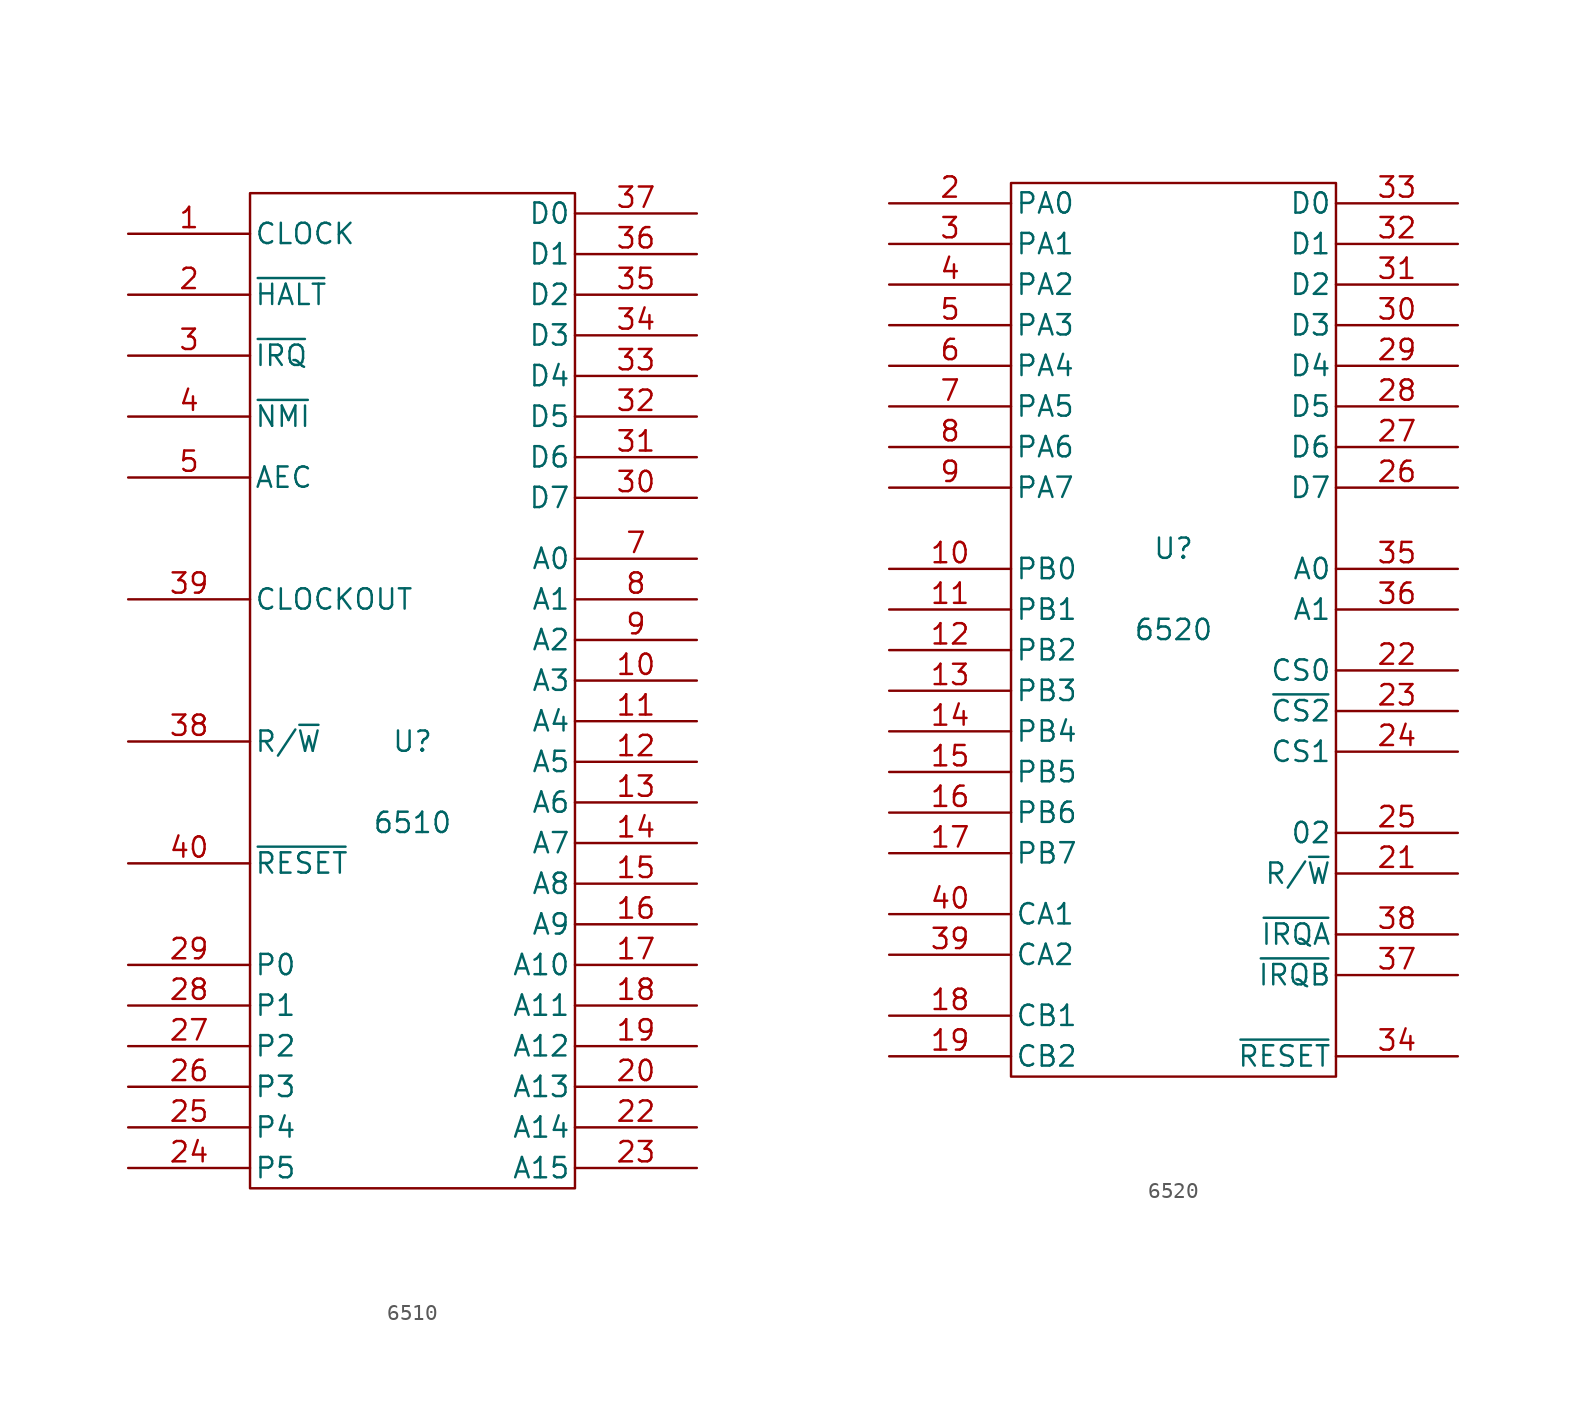
<source format=kicad_sym>
(kicad_symbol_lib
  (version 20211014)
  (generator kicad_symbol_editor)
  (symbol "6510"
    (pin_names
      (offset 0.254))
    (property "Reference" "U"
      (at 0 -15.24 0)
      (effects (font (size 1.27 1.27))))
    (property "Value" "6510"
      (at 0 -20.32 0)
      (effects (font (size 1.27 1.27))))
    (property "Footprint" ""
      (at 0 0 0)
      (effects (font (size 1.27 1.27))))
    (property "Datasheet" ""
      (at 0 0 0)
      (effects (font (size 1.27 1.27))))
    (symbol "6510_0_0"
      (pin power_in line (at 0 -43.18 90) (length 1.27) hide (name "GND" (effects (font (size 1.27 1.27)))) (number "21" (effects (font (size 1.27 1.27)))))
      (pin power_in line (at 0 20.32 270) (length 1.27) hide (name "Vcc" (effects (font (size 1.27 1.27)))) (number "6" (effects (font (size 1.27 1.27))))))
    (symbol "6510_0_1"
      (rectangle (start -10.16 19.05) (end 10.16 -43.18) (stroke (width 0) (type default) (color 0 0 0 0)) (fill (type none))))
    (symbol "6510_1_1"
      (pin input line (at -17.78 16.51 0) (length 7.62) (name "CLOCK" (effects (font (size 1.27 1.27)))) (number "1" (effects (font (size 1.27 1.27)))))
      (pin output line (at 17.78 -11.43 180) (length 7.62) (name "A3" (effects (font (size 1.27 1.27)))) (number "10" (effects (font (size 1.27 1.27)))))
      (pin output line (at 17.78 -13.97 180) (length 7.62) (name "A4" (effects (font (size 1.27 1.27)))) (number "11" (effects (font (size 1.27 1.27)))))
      (pin output line (at 17.78 -16.51 180) (length 7.62) (name "A5" (effects (font (size 1.27 1.27)))) (number "12" (effects (font (size 1.27 1.27)))))
      (pin output line (at 17.78 -19.05 180) (length 7.62) (name "A6" (effects (font (size 1.27 1.27)))) (number "13" (effects (font (size 1.27 1.27)))))
      (pin output line (at 17.78 -21.59 180) (length 7.62) (name "A7" (effects (font (size 1.27 1.27)))) (number "14" (effects (font (size 1.27 1.27)))))
      (pin output line (at 17.78 -24.13 180) (length 7.62) (name "A8" (effects (font (size 1.27 1.27)))) (number "15" (effects (font (size 1.27 1.27)))))
      (pin output line (at 17.78 -26.67 180) (length 7.62) (name "A9" (effects (font (size 1.27 1.27)))) (number "16" (effects (font (size 1.27 1.27)))))
      (pin input line (at 17.78 -29.21 180) (length 7.62) (name "A10" (effects (font (size 1.27 1.27)))) (number "17" (effects (font (size 1.27 1.27)))))
      (pin output line (at 17.78 -31.75 180) (length 7.62) (name "A11" (effects (font (size 1.27 1.27)))) (number "18" (effects (font (size 1.27 1.27)))))
      (pin output line (at 17.78 -34.29 180) (length 7.62) (name "A12" (effects (font (size 1.27 1.27)))) (number "19" (effects (font (size 1.27 1.27)))))
      (pin input line (at -17.78 12.7 0) (length 7.62) (name "~{HALT}" (effects (font (size 1.27 1.27)))) (number "2" (effects (font (size 1.27 1.27)))))
      (pin output line (at 17.78 -36.83 180) (length 7.62) (name "A13" (effects (font (size 1.27 1.27)))) (number "20" (effects (font (size 1.27 1.27)))))
      (pin output line (at 17.78 -39.37 180) (length 7.62) (name "A14" (effects (font (size 1.27 1.27)))) (number "22" (effects (font (size 1.27 1.27)))))
      (pin output line (at 17.78 -41.91 180) (length 7.62) (name "A15" (effects (font (size 1.27 1.27)))) (number "23" (effects (font (size 1.27 1.27)))))
      (pin bidirectional line (at -17.78 -41.91 0) (length 7.62) (name "P5" (effects (font (size 1.27 1.27)))) (number "24" (effects (font (size 1.27 1.27)))))
      (pin bidirectional line (at -17.78 -39.37 0) (length 7.62) (name "P4" (effects (font (size 1.27 1.27)))) (number "25" (effects (font (size 1.27 1.27)))))
      (pin bidirectional line (at -17.78 -36.83 0) (length 7.62) (name "P3" (effects (font (size 1.27 1.27)))) (number "26" (effects (font (size 1.27 1.27)))))
      (pin bidirectional line (at -17.78 -34.29 0) (length 7.62) (name "P2" (effects (font (size 1.27 1.27)))) (number "27" (effects (font (size 1.27 1.27)))))
      (pin bidirectional line (at -17.78 -31.75 0) (length 7.62) (name "P1" (effects (font (size 1.27 1.27)))) (number "28" (effects (font (size 1.27 1.27)))))
      (pin bidirectional line (at -17.78 -29.21 0) (length 7.62) (name "P0" (effects (font (size 1.27 1.27)))) (number "29" (effects (font (size 1.27 1.27)))))
      (pin input line (at -17.78 8.89 0) (length 7.62) (name "~{IRQ}" (effects (font (size 1.27 1.27)))) (number "3" (effects (font (size 1.27 1.27)))))
      (pin bidirectional line (at 17.78 0 180) (length 7.62) (name "D7" (effects (font (size 1.27 1.27)))) (number "30" (effects (font (size 1.27 1.27)))))
      (pin bidirectional line (at 17.78 2.54 180) (length 7.62) (name "D6" (effects (font (size 1.27 1.27)))) (number "31" (effects (font (size 1.27 1.27)))))
      (pin bidirectional line (at 17.78 5.08 180) (length 7.62) (name "D5" (effects (font (size 1.27 1.27)))) (number "32" (effects (font (size 1.27 1.27)))))
      (pin bidirectional line (at 17.78 7.62 180) (length 7.62) (name "D4" (effects (font (size 1.27 1.27)))) (number "33" (effects (font (size 1.27 1.27)))))
      (pin bidirectional line (at 17.78 10.16 180) (length 7.62) (name "D3" (effects (font (size 1.27 1.27)))) (number "34" (effects (font (size 1.27 1.27)))))
      (pin bidirectional line (at 17.78 12.7 180) (length 7.62) (name "D2" (effects (font (size 1.27 1.27)))) (number "35" (effects (font (size 1.27 1.27)))))
      (pin bidirectional line (at 17.78 15.24 180) (length 7.62) (name "D1" (effects (font (size 1.27 1.27)))) (number "36" (effects (font (size 1.27 1.27)))))
      (pin bidirectional line (at 17.78 17.78 180) (length 7.62) (name "D0" (effects (font (size 1.27 1.27)))) (number "37" (effects (font (size 1.27 1.27)))))
      (pin input line (at -17.78 -15.24 0) (length 7.62) (name "R/~{W}" (effects (font (size 1.27 1.27)))) (number "38" (effects (font (size 1.27 1.27)))))
      (pin output line (at -17.78 -6.35 0) (length 7.62) (name "CLOCKOUT" (effects (font (size 1.27 1.27)))) (number "39" (effects (font (size 1.27 1.27)))))
      (pin input line (at -17.78 5.08 0) (length 7.62) (name "~{NMI}" (effects (font (size 1.27 1.27)))) (number "4" (effects (font (size 1.27 1.27)))))
      (pin input line (at -17.78 -22.86 0) (length 7.62) (name "~{RESET}" (effects (font (size 1.27 1.27)))) (number "40" (effects (font (size 1.27 1.27)))))
      (pin output line (at -17.78 1.27 0) (length 7.62) (name "AEC" (effects (font (size 1.27 1.27)))) (number "5" (effects (font (size 1.27 1.27)))))
      (pin output line (at 17.78 -3.81 180) (length 7.62) (name "A0" (effects (font (size 1.27 1.27)))) (number "7" (effects (font (size 1.27 1.27)))))
      (pin output line (at 17.78 -6.35 180) (length 7.62) (name "A1" (effects (font (size 1.27 1.27)))) (number "8" (effects (font (size 1.27 1.27)))))
      (pin output line (at 17.78 -8.89 180) (length 7.62) (name "A2" (effects (font (size 1.27 1.27)))) (number "9" (effects (font (size 1.27 1.27)))))))
  (symbol "6520"
    (pin_names
      (offset 0.254))
    (property "Reference" "U"
      (at 0 -3.81 0)
      (effects (font (size 1.27 1.27))))
    (property "Value" "6520"
      (at 0 -8.89 0)
      (effects (font (size 1.27 1.27))))
    (property "Footprint" ""
      (at 0 0 0)
      (effects (font (size 1.27 1.27))))
    (property "Datasheet" ""
      (at 0 0 0)
      (effects (font (size 1.27 1.27))))
    (symbol "6520_0_0"
      (pin power_in line (at 0 -36.83 90) (length 1.27) hide (name "GND" (effects (font (size 1.27 1.27)))) (number "1" (effects (font (size 1.27 1.27)))))
      (pin power_in line (at 0 20.32 270) (length 1.27) hide (name "Vcc" (effects (font (size 1.27 1.27)))) (number "20" (effects (font (size 1.27 1.27))))))
    (symbol "6520_0_1"
      (rectangle (start -10.16 19.05) (end 10.16 -36.83) (stroke (width 0) (type default) (color 0 0 0 0)) (fill (type none))))
    (symbol "6520_1_1"
      (pin bidirectional line (at -17.78 -5.08 0) (length 7.62) (name "PB0" (effects (font (size 1.27 1.27)))) (number "10" (effects (font (size 1.27 1.27)))))
      (pin bidirectional line (at -17.78 -7.62 0) (length 7.62) (name "PB1" (effects (font (size 1.27 1.27)))) (number "11" (effects (font (size 1.27 1.27)))))
      (pin bidirectional line (at -17.78 -10.16 0) (length 7.62) (name "PB2" (effects (font (size 1.27 1.27)))) (number "12" (effects (font (size 1.27 1.27)))))
      (pin bidirectional line (at -17.78 -12.7 0) (length 7.62) (name "PB3" (effects (font (size 1.27 1.27)))) (number "13" (effects (font (size 1.27 1.27)))))
      (pin bidirectional line (at -17.78 -15.24 0) (length 7.62) (name "PB4" (effects (font (size 1.27 1.27)))) (number "14" (effects (font (size 1.27 1.27)))))
      (pin bidirectional line (at -17.78 -17.78 0) (length 7.62) (name "PB5" (effects (font (size 1.27 1.27)))) (number "15" (effects (font (size 1.27 1.27)))))
      (pin bidirectional line (at -17.78 -20.32 0) (length 7.62) (name "PB6" (effects (font (size 1.27 1.27)))) (number "16" (effects (font (size 1.27 1.27)))))
      (pin bidirectional line (at -17.78 -22.86 0) (length 7.62) (name "PB7" (effects (font (size 1.27 1.27)))) (number "17" (effects (font (size 1.27 1.27)))))
      (pin bidirectional line (at -17.78 -33.02 0) (length 7.62) (name "CB1" (effects (font (size 1.27 1.27)))) (number "18" (effects (font (size 1.27 1.27)))))
      (pin bidirectional line (at -17.78 -35.56 0) (length 7.62) (name "CB2" (effects (font (size 1.27 1.27)))) (number "19" (effects (font (size 1.27 1.27)))))
      (pin bidirectional line (at -17.78 17.78 0) (length 7.62) (name "PA0" (effects (font (size 1.27 1.27)))) (number "2" (effects (font (size 1.27 1.27)))))
      (pin input line (at 17.78 -24.13 180) (length 7.62) (name "R/~{W}" (effects (font (size 1.27 1.27)))) (number "21" (effects (font (size 1.27 1.27)))))
      (pin input line (at 17.78 -11.43 180) (length 7.62) (name "CS0" (effects (font (size 1.27 1.27)))) (number "22" (effects (font (size 1.27 1.27)))))
      (pin input line (at 17.78 -13.97 180) (length 7.62) (name "~{CS2}" (effects (font (size 1.27 1.27)))) (number "23" (effects (font (size 1.27 1.27)))))
      (pin input line (at 17.78 -16.51 180) (length 7.62) (name "CS1" (effects (font (size 1.27 1.27)))) (number "24" (effects (font (size 1.27 1.27)))))
      (pin input line (at 17.78 -21.59 180) (length 7.62) (name "02" (effects (font (size 1.27 1.27)))) (number "25" (effects (font (size 1.27 1.27)))))
      (pin tri_state line (at 17.78 0 180) (length 7.62) (name "D7" (effects (font (size 1.27 1.27)))) (number "26" (effects (font (size 1.27 1.27)))))
      (pin tri_state line (at 17.78 2.54 180) (length 7.62) (name "D6" (effects (font (size 1.27 1.27)))) (number "27" (effects (font (size 1.27 1.27)))))
      (pin output line (at 17.78 5.08 180) (length 7.62) (name "D5" (effects (font (size 1.27 1.27)))) (number "28" (effects (font (size 1.27 1.27)))))
      (pin output line (at 17.78 7.62 180) (length 7.62) (name "D4" (effects (font (size 1.27 1.27)))) (number "29" (effects (font (size 1.27 1.27)))))
      (pin bidirectional line (at -17.78 15.24 0) (length 7.62) (name "PA1" (effects (font (size 1.27 1.27)))) (number "3" (effects (font (size 1.27 1.27)))))
      (pin output line (at 17.78 10.16 180) (length 7.62) (name "D3" (effects (font (size 1.27 1.27)))) (number "30" (effects (font (size 1.27 1.27)))))
      (pin output line (at 17.78 12.7 180) (length 7.62) (name "D2" (effects (font (size 1.27 1.27)))) (number "31" (effects (font (size 1.27 1.27)))))
      (pin output line (at 17.78 15.24 180) (length 7.62) (name "D1" (effects (font (size 1.27 1.27)))) (number "32" (effects (font (size 1.27 1.27)))))
      (pin output line (at 17.78 17.78 180) (length 7.62) (name "D0" (effects (font (size 1.27 1.27)))) (number "33" (effects (font (size 1.27 1.27)))))
      (pin input line (at 17.78 -35.56 180) (length 7.62) (name "~{RESET}" (effects (font (size 1.27 1.27)))) (number "34" (effects (font (size 1.27 1.27)))))
      (pin input line (at 17.78 -5.08 180) (length 7.62) (name "A0" (effects (font (size 1.27 1.27)))) (number "35" (effects (font (size 1.27 1.27)))))
      (pin input line (at 17.78 -7.62 180) (length 7.62) (name "A1" (effects (font (size 1.27 1.27)))) (number "36" (effects (font (size 1.27 1.27)))))
      (pin input line (at 17.78 -30.48 180) (length 7.62) (name "~{IRQB}" (effects (font (size 1.27 1.27)))) (number "37" (effects (font (size 1.27 1.27)))))
      (pin input line (at 17.78 -27.94 180) (length 7.62) (name "~{IRQA}" (effects (font (size 1.27 1.27)))) (number "38" (effects (font (size 1.27 1.27)))))
      (pin bidirectional line (at -17.78 -29.21 0) (length 7.62) (name "CA2" (effects (font (size 1.27 1.27)))) (number "39" (effects (font (size 1.27 1.27)))))
      (pin bidirectional line (at -17.78 12.7 0) (length 7.62) (name "PA2" (effects (font (size 1.27 1.27)))) (number "4" (effects (font (size 1.27 1.27)))))
      (pin bidirectional line (at -17.78 -26.67 0) (length 7.62) (name "CA1" (effects (font (size 1.27 1.27)))) (number "40" (effects (font (size 1.27 1.27)))))
      (pin bidirectional line (at -17.78 10.16 0) (length 7.62) (name "PA3" (effects (font (size 1.27 1.27)))) (number "5" (effects (font (size 1.27 1.27)))))
      (pin bidirectional line (at -17.78 7.62 0) (length 7.62) (name "PA4" (effects (font (size 1.27 1.27)))) (number "6" (effects (font (size 1.27 1.27)))))
      (pin bidirectional line (at -17.78 5.08 0) (length 7.62) (name "PA5" (effects (font (size 1.27 1.27)))) (number "7" (effects (font (size 1.27 1.27)))))
      (pin bidirectional line (at -17.78 2.54 0) (length 7.62) (name "PA6" (effects (font (size 1.27 1.27)))) (number "8" (effects (font (size 1.27 1.27)))))
      (pin bidirectional line (at -17.78 0 0) (length 7.62) (name "PA7" (effects (font (size 1.27 1.27)))) (number "9" (effects (font (size 1.27 1.27))))))))
</source>
